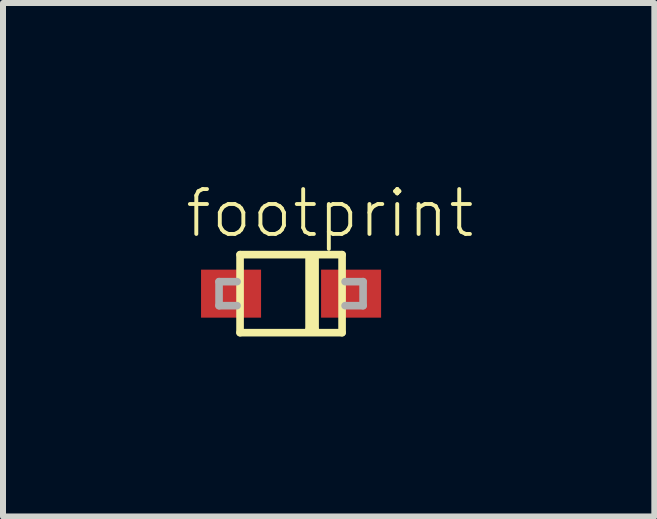
<source format=kicad_pcb>
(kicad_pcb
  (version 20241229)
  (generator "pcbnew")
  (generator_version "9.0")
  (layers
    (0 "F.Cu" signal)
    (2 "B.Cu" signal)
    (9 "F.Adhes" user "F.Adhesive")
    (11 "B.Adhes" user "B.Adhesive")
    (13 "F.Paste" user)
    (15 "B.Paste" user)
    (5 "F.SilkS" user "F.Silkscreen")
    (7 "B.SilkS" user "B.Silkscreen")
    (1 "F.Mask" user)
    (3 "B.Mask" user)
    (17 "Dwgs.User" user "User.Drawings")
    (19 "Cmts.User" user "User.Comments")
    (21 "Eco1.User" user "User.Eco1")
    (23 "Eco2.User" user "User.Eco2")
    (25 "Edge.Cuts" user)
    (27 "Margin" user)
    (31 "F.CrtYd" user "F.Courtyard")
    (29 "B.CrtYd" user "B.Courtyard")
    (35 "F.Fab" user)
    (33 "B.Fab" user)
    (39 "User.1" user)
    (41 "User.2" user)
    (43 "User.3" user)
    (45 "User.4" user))
  (footprint "footprint"
    (layer "F.Cu")
    (at 1.8 1.843)
    (property "Reference" "footprint" (at -1.8 -0.9 0) (layer "F.SilkS") (effects (font (size 0.748 0.748) (thickness 0.065)) (justify left bottom)))
    (fp_line (start -0.85 -0.65) (end 0.85 -0.65) (stroke (width 0.127) (type solid)) (layer "F.SilkS"))
    (fp_line (start -0.85 0.65) (end -0.85 -0.65) (stroke (width 0.127) (type solid)) (layer "F.SilkS"))
    (fp_line (start 0.3 0.6) (end 0.3 -0.6) (stroke (width 0.127) (type solid)) (layer "F.SilkS"))
    (fp_line (start 0.4 -0.6) (end 0.4 0.6) (stroke (width 0.127) (type solid)) (layer "F.SilkS"))
    (fp_line (start 0.4 0.6) (end 0.3 0.6) (stroke (width 0.127) (type solid)) (layer "F.SilkS"))
    (fp_line (start 0.85 -0.65) (end 0.85 0.65) (stroke (width 0.127) (type solid)) (layer "F.SilkS"))
    (fp_line (start 0.85 0.65) (end -0.85 0.65) (stroke (width 0.127) (type solid)) (layer "F.SilkS"))
    (fp_line (start -1.2 -0.2) (end -1.2 0.2) (stroke (width 0.127) (type solid)) (layer "F.Fab"))
    (fp_line (start -1.2 0.2) (end -0.9 0.2) (stroke (width 0.127) (type solid)) (layer "F.Fab"))
    (fp_line (start -0.9 -0.2) (end -1.2 -0.2) (stroke (width 0.127) (type solid)) (layer "F.Fab"))
    (fp_line (start 0.9 -0.2) (end 1.2 -0.2) (stroke (width 0.127) (type solid)) (layer "F.Fab"))
    (fp_line (start 1.2 -0.2) (end 1.2 0.2) (stroke (width 0.127) (type solid)) (layer "F.Fab"))
    (fp_line (start 1.2 0.2) (end 0.9 0.2) (stroke (width 0.127) (type solid)) (layer "F.Fab"))
    (pad "A" smd rect (at -1 0) (size 1 0.8) (layers "F.Cu" "F.Mask" "F.Paste"))
    (pad "C" smd rect (at 1 0) (size 1 0.8) (layers "F.Cu" "F.Mask" "F.Paste")))
  (gr_rect
    (start -3 -3)
    (end 7.853 5.556)
    (stroke (width 0.1) (type default))
    (fill no)
    (layer "Edge.Cuts")))
</source>
